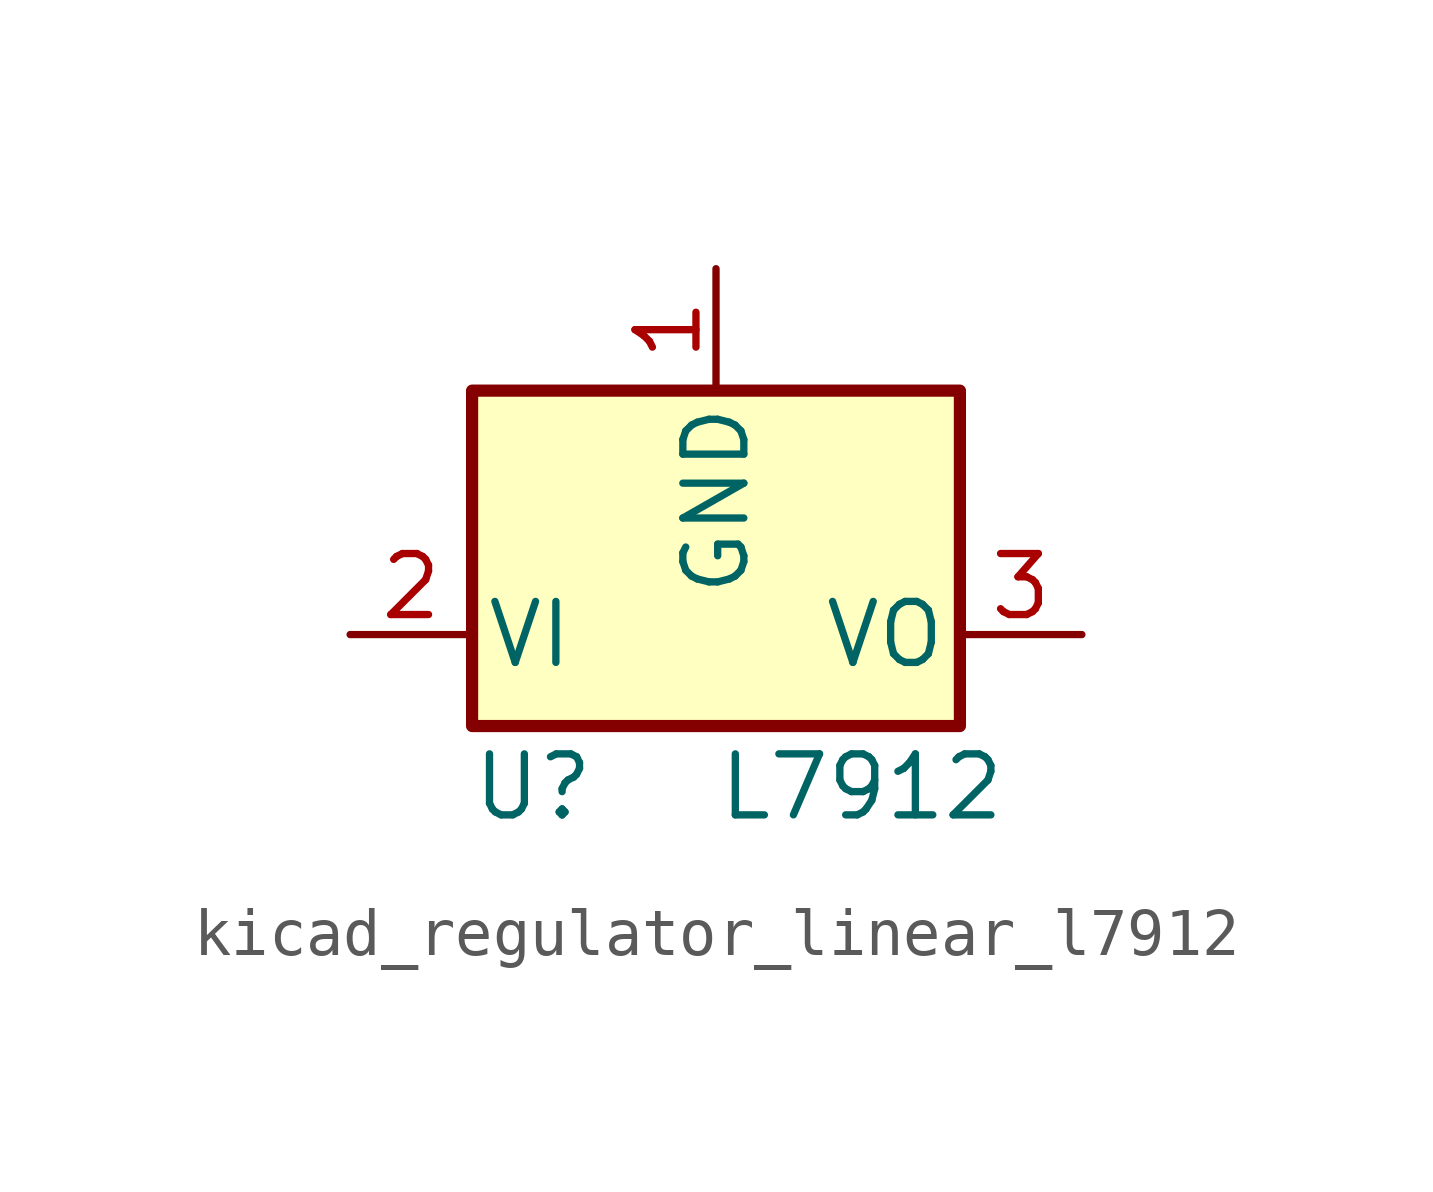
<source format=kicad_sym>
(kicad_symbol_lib
  (version 20220914)
  (generator kicad_symbol_editor)
  (symbol "kicad_regulator_linear_l7912"
    (pin_names
      (offset 0.254))
    (property "Reference" "U"
      (at -3.81 -3.175 0)
      (effects (font (size 1.27 1.27))))
    (property "Value" "L7912"
      (at 0 -3.175 0)
      (effects (font (size 1.27 1.27)) (justify left)))
    (symbol "kicad_regulator_linear_l7912_0_1"
      (rectangle (start -5.08 5.08) (end 5.08 -1.905) (stroke (width 0.254) (type default)) (fill (type background))))
    (symbol "kicad_regulator_linear_l7912_1_1"
      (pin power_in line (at 0 7.62 270) (length 2.54) (name "GND" (effects (font (size 1.27 1.27)))) (number "1" (effects (font (size 1.27 1.27)))))
      (pin power_in line (at -7.62 0 0) (length 2.54) (name "VI" (effects (font (size 1.27 1.27)))) (number "2" (effects (font (size 1.27 1.27)))))
      (pin power_out line (at 7.62 0 180) (length 2.54) (name "VO" (effects (font (size 1.27 1.27)))) (number "3" (effects (font (size 1.27 1.27))))))))
</source>
